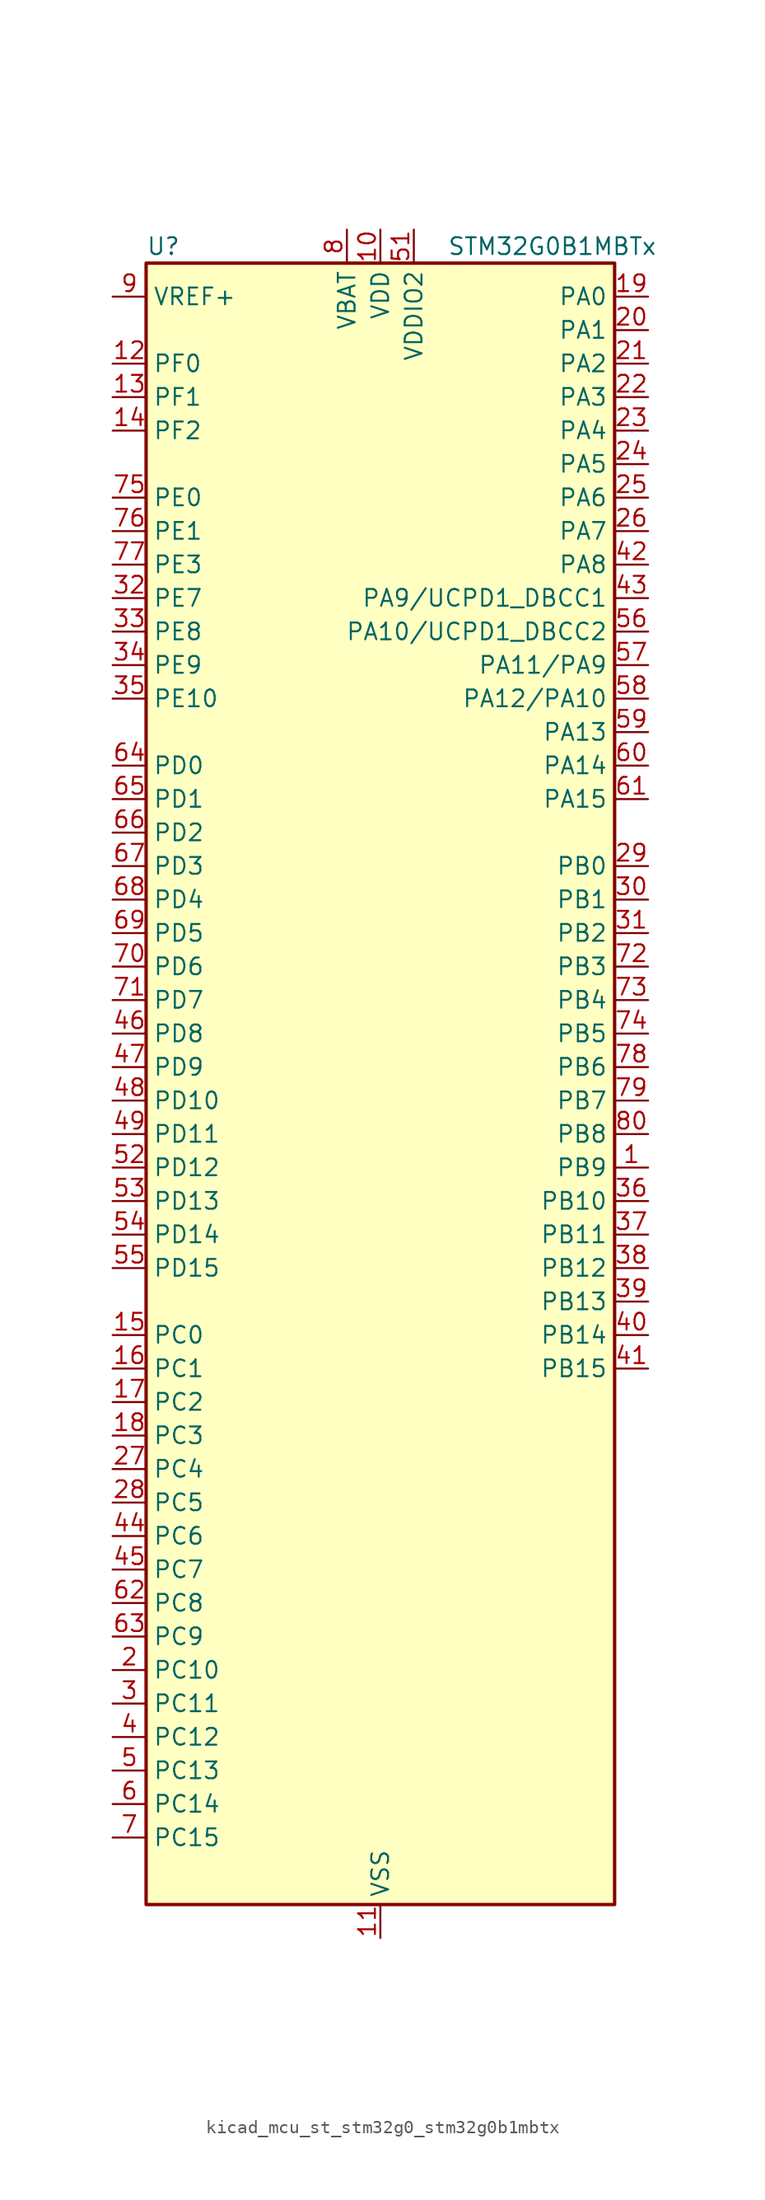
<source format=kicad_sym>
(kicad_symbol_lib
  (version 20220914)
  (generator kicad_symbol_editor)
  (symbol "kicad_mcu_st_stm32g0_stm32g0b1mbtx"
    (property "Reference" "U"
      (at -17.78 64.77 0)
      (effects (font (size 1.27 1.27)) (justify left)))
    (property "Value" "STM32G0B1MBTx"
      (at 5.08 64.77 0)
      (effects (font (size 1.27 1.27)) (justify left)))
    (property "ki_locked" ""
      (at 0 0 0)
      (effects (font (size 1.27 1.27))))
    (symbol "kicad_mcu_st_stm32g0_stm32g0b1mbtx_0_1"
      (rectangle (start -17.78 -60.96) (end 17.78 63.5) (stroke (width 0.254) (type default)) (fill (type background))))
    (symbol "kicad_mcu_st_stm32g0_stm32g0b1mbtx_1_1"
      (pin bidirectional line (at 20.32 -5.08 180) (length 2.54) (name "PB9" (effects (font (size 1.27 1.27)))) (number "1" (effects (font (size 1.27 1.27)))) (alternate "DAC1_EXTI9" bidirectional line) (alternate "FDCAN1_TX" bidirectional line) (alternate "I2C1_SDA" bidirectional line) (alternate "I2S2_WS" bidirectional line) (alternate "IR_OUT" bidirectional line) (alternate "SPI2_NSS" bidirectional line) (alternate "TIM17_CH1" bidirectional line) (alternate "TIM4_CH4" bidirectional line) (alternate "UCPD2_FRSTX1" bidirectional line) (alternate "UCPD2_FRSTX2" bidirectional line) (alternate "USART3_RX" bidirectional line) (alternate "USART6_RX" bidirectional line))
      (pin power_in line (at 0 66.04 270) (length 2.54) (name "VDD" (effects (font (size 1.27 1.27)))) (number "10" (effects (font (size 1.27 1.27)))))
      (pin power_in line (at 0 -63.5 90) (length 2.54) (name "VSS" (effects (font (size 1.27 1.27)))) (number "11" (effects (font (size 1.27 1.27)))))
      (pin bidirectional line (at -20.32 55.88 0) (length 2.54) (name "PF0" (effects (font (size 1.27 1.27)))) (number "12" (effects (font (size 1.27 1.27)))) (alternate "CRS1_SYNC" bidirectional line) (alternate "RCC_OSC_IN" bidirectional line) (alternate "TIM14_CH1" bidirectional line))
      (pin bidirectional line (at -20.32 53.34 0) (length 2.54) (name "PF1" (effects (font (size 1.27 1.27)))) (number "13" (effects (font (size 1.27 1.27)))) (alternate "RCC_OSC_EN" bidirectional line) (alternate "RCC_OSC_OUT" bidirectional line) (alternate "TIM15_CH1N" bidirectional line))
      (pin bidirectional line (at -20.32 50.8 0) (length 2.54) (name "PF2" (effects (font (size 1.27 1.27)))) (number "14" (effects (font (size 1.27 1.27)))) (alternate "LPUART2_DE" bidirectional line) (alternate "LPUART2_RTS" bidirectional line) (alternate "LPUART2_TX" bidirectional line) (alternate "RCC_MCO" bidirectional line))
      (pin bidirectional line (at -20.32 -17.78 0) (length 2.54) (name "PC0" (effects (font (size 1.27 1.27)))) (number "15" (effects (font (size 1.27 1.27)))) (alternate "COMP3_INM" bidirectional line) (alternate "COMP3_OUT" bidirectional line) (alternate "I2C3_SCL" bidirectional line) (alternate "LPTIM1_IN1" bidirectional line) (alternate "LPTIM2_IN1" bidirectional line) (alternate "LPUART1_RX" bidirectional line) (alternate "LPUART2_TX" bidirectional line) (alternate "USART6_TX" bidirectional line))
      (pin bidirectional line (at -20.32 -20.32 0) (length 2.54) (name "PC1" (effects (font (size 1.27 1.27)))) (number "16" (effects (font (size 1.27 1.27)))) (alternate "COMP3_INP" bidirectional line) (alternate "I2C3_SDA" bidirectional line) (alternate "LPTIM1_OUT" bidirectional line) (alternate "LPUART1_TX" bidirectional line) (alternate "LPUART2_RX" bidirectional line) (alternate "TIM15_CH1" bidirectional line) (alternate "USART6_RX" bidirectional line))
      (pin bidirectional line (at -20.32 -22.86 0) (length 2.54) (name "PC2" (effects (font (size 1.27 1.27)))) (number "17" (effects (font (size 1.27 1.27)))) (alternate "COMP3_OUT" bidirectional line) (alternate "FDCAN2_RX" bidirectional line) (alternate "I2S2_MCK" bidirectional line) (alternate "LPTIM1_IN2" bidirectional line) (alternate "SPI2_MISO" bidirectional line) (alternate "TIM15_CH2" bidirectional line))
      (pin bidirectional line (at -20.32 -25.4 0) (length 2.54) (name "PC3" (effects (font (size 1.27 1.27)))) (number "18" (effects (font (size 1.27 1.27)))) (alternate "FDCAN2_TX" bidirectional line) (alternate "I2S2_SD" bidirectional line) (alternate "LPTIM1_ETR" bidirectional line) (alternate "LPTIM2_ETR" bidirectional line) (alternate "SPI2_MOSI" bidirectional line))
      (pin bidirectional line (at 20.32 60.96 180) (length 2.54) (name "PA0" (effects (font (size 1.27 1.27)))) (number "19" (effects (font (size 1.27 1.27)))) (alternate "ADC1_IN0" bidirectional line) (alternate "COMP1_INM" bidirectional line) (alternate "COMP1_OUT" bidirectional line) (alternate "I2S2_CK" bidirectional line) (alternate "LPTIM1_OUT" bidirectional line) (alternate "RTC_TAMP_IN2" bidirectional line) (alternate "SPI2_SCK" bidirectional line) (alternate "SYS_WKUP1" bidirectional line) (alternate "TIM2_CH1" bidirectional line) (alternate "TIM2_ETR" bidirectional line) (alternate "UCPD2_FRSTX1" bidirectional line) (alternate "UCPD2_FRSTX2" bidirectional line) (alternate "USART2_CTS" bidirectional line) (alternate "USART2_NSS" bidirectional line) (alternate "USART4_TX" bidirectional line))
      (pin bidirectional line (at -20.32 -43.18 0) (length 2.54) (name "PC10" (effects (font (size 1.27 1.27)))) (number "2" (effects (font (size 1.27 1.27)))) (alternate "SPI3_SCK" bidirectional line) (alternate "TIM1_CH3" bidirectional line) (alternate "USART3_TX" bidirectional line) (alternate "USART4_TX" bidirectional line))
      (pin bidirectional line (at 20.32 58.42 180) (length 2.54) (name "PA1" (effects (font (size 1.27 1.27)))) (number "20" (effects (font (size 1.27 1.27)))) (alternate "ADC1_IN1" bidirectional line) (alternate "COMP1_INP" bidirectional line) (alternate "I2C1_SMBA" bidirectional line) (alternate "I2S1_CK" bidirectional line) (alternate "SPI1_SCK" bidirectional line) (alternate "TIM15_CH1N" bidirectional line) (alternate "TIM2_CH2" bidirectional line) (alternate "USART2_CK" bidirectional line) (alternate "USART2_DE" bidirectional line) (alternate "USART2_RTS" bidirectional line) (alternate "USART4_RX" bidirectional line))
      (pin bidirectional line (at 20.32 55.88 180) (length 2.54) (name "PA2" (effects (font (size 1.27 1.27)))) (number "21" (effects (font (size 1.27 1.27)))) (alternate "ADC1_IN2" bidirectional line) (alternate "COMP2_INM" bidirectional line) (alternate "COMP2_OUT" bidirectional line) (alternate "I2S1_SD" bidirectional line) (alternate "LPUART1_TX" bidirectional line) (alternate "RCC_LSCO" bidirectional line) (alternate "SPI1_MOSI" bidirectional line) (alternate "SYS_WKUP4" bidirectional line) (alternate "TIM15_CH1" bidirectional line) (alternate "TIM2_CH3" bidirectional line) (alternate "UCPD1_FRSTX1" bidirectional line) (alternate "UCPD1_FRSTX2" bidirectional line) (alternate "USART2_TX" bidirectional line))
      (pin bidirectional line (at 20.32 53.34 180) (length 2.54) (name "PA3" (effects (font (size 1.27 1.27)))) (number "22" (effects (font (size 1.27 1.27)))) (alternate "ADC1_IN3" bidirectional line) (alternate "COMP2_INP" bidirectional line) (alternate "I2S2_MCK" bidirectional line) (alternate "LPUART1_RX" bidirectional line) (alternate "SPI2_MISO" bidirectional line) (alternate "TIM15_CH2" bidirectional line) (alternate "TIM2_CH4" bidirectional line) (alternate "UCPD2_FRSTX1" bidirectional line) (alternate "UCPD2_FRSTX2" bidirectional line) (alternate "USART2_RX" bidirectional line))
      (pin bidirectional line (at 20.32 50.8 180) (length 2.54) (name "PA4" (effects (font (size 1.27 1.27)))) (number "23" (effects (font (size 1.27 1.27)))) (alternate "ADC1_IN4" bidirectional line) (alternate "DAC1_OUT1" bidirectional line) (alternate "I2S1_WS" bidirectional line) (alternate "I2S2_SD" bidirectional line) (alternate "LPTIM2_OUT" bidirectional line) (alternate "RTC_OUT2" bidirectional line) (alternate "SPI1_NSS" bidirectional line) (alternate "SPI2_MOSI" bidirectional line) (alternate "SPI3_NSS" bidirectional line) (alternate "TIM14_CH1" bidirectional line) (alternate "UCPD2_FRSTX1" bidirectional line) (alternate "UCPD2_FRSTX2" bidirectional line) (alternate "USART6_TX" bidirectional line) (alternate "USB_NOE" bidirectional line))
      (pin bidirectional line (at 20.32 48.26 180) (length 2.54) (name "PA5" (effects (font (size 1.27 1.27)))) (number "24" (effects (font (size 1.27 1.27)))) (alternate "ADC1_IN5" bidirectional line) (alternate "CEC" bidirectional line) (alternate "DAC1_OUT2" bidirectional line) (alternate "I2S1_CK" bidirectional line) (alternate "LPTIM2_ETR" bidirectional line) (alternate "SPI1_SCK" bidirectional line) (alternate "TIM2_CH1" bidirectional line) (alternate "TIM2_ETR" bidirectional line) (alternate "UCPD1_FRSTX1" bidirectional line) (alternate "UCPD1_FRSTX2" bidirectional line) (alternate "USART3_TX" bidirectional line) (alternate "USART6_RX" bidirectional line))
      (pin bidirectional line (at 20.32 45.72 180) (length 2.54) (name "PA6" (effects (font (size 1.27 1.27)))) (number "25" (effects (font (size 1.27 1.27)))) (alternate "ADC1_IN6" bidirectional line) (alternate "COMP1_OUT" bidirectional line) (alternate "I2C2_SDA" bidirectional line) (alternate "I2C3_SDA" bidirectional line) (alternate "I2S1_MCK" bidirectional line) (alternate "LPUART1_CTS" bidirectional line) (alternate "SPI1_MISO" bidirectional line) (alternate "TIM16_CH1" bidirectional line) (alternate "TIM1_BK" bidirectional line) (alternate "TIM3_CH1" bidirectional line) (alternate "USART3_CTS" bidirectional line) (alternate "USART3_NSS" bidirectional line) (alternate "USART6_CTS" bidirectional line) (alternate "USART6_NSS" bidirectional line))
      (pin bidirectional line (at 20.32 43.18 180) (length 2.54) (name "PA7" (effects (font (size 1.27 1.27)))) (number "26" (effects (font (size 1.27 1.27)))) (alternate "ADC1_IN7" bidirectional line) (alternate "COMP2_OUT" bidirectional line) (alternate "I2C2_SCL" bidirectional line) (alternate "I2C3_SCL" bidirectional line) (alternate "I2S1_SD" bidirectional line) (alternate "SPI1_MOSI" bidirectional line) (alternate "TIM14_CH1" bidirectional line) (alternate "TIM17_CH1" bidirectional line) (alternate "TIM1_CH1N" bidirectional line) (alternate "TIM3_CH2" bidirectional line) (alternate "UCPD1_FRSTX1" bidirectional line) (alternate "UCPD1_FRSTX2" bidirectional line) (alternate "USART6_CK" bidirectional line) (alternate "USART6_DE" bidirectional line) (alternate "USART6_RTS" bidirectional line))
      (pin bidirectional line (at -20.32 -27.94 0) (length 2.54) (name "PC4" (effects (font (size 1.27 1.27)))) (number "27" (effects (font (size 1.27 1.27)))) (alternate "ADC1_IN17" bidirectional line) (alternate "COMP1_INM" bidirectional line) (alternate "FDCAN1_RX" bidirectional line) (alternate "TIM2_CH1" bidirectional line) (alternate "TIM2_ETR" bidirectional line) (alternate "USART1_TX" bidirectional line) (alternate "USART3_TX" bidirectional line))
      (pin bidirectional line (at -20.32 -30.48 0) (length 2.54) (name "PC5" (effects (font (size 1.27 1.27)))) (number "28" (effects (font (size 1.27 1.27)))) (alternate "ADC1_IN18" bidirectional line) (alternate "COMP1_INP" bidirectional line) (alternate "FDCAN1_TX" bidirectional line) (alternate "SYS_WKUP5" bidirectional line) (alternate "TIM2_CH2" bidirectional line) (alternate "USART1_RX" bidirectional line) (alternate "USART3_RX" bidirectional line))
      (pin bidirectional line (at 20.32 17.78 180) (length 2.54) (name "PB0" (effects (font (size 1.27 1.27)))) (number "29" (effects (font (size 1.27 1.27)))) (alternate "ADC1_IN8" bidirectional line) (alternate "COMP1_OUT" bidirectional line) (alternate "COMP3_INP" bidirectional line) (alternate "FDCAN2_RX" bidirectional line) (alternate "I2S1_WS" bidirectional line) (alternate "LPTIM1_OUT" bidirectional line) (alternate "LPUART2_CTS" bidirectional line) (alternate "SPI1_NSS" bidirectional line) (alternate "TIM1_CH2N" bidirectional line) (alternate "TIM3_CH3" bidirectional line) (alternate "UCPD1_FRSTX1" bidirectional line) (alternate "UCPD1_FRSTX2" bidirectional line) (alternate "USART3_RX" bidirectional line) (alternate "USART5_TX" bidirectional line))
      (pin bidirectional line (at -20.32 -45.72 0) (length 2.54) (name "PC11" (effects (font (size 1.27 1.27)))) (number "3" (effects (font (size 1.27 1.27)))) (alternate "ADC1_EXTI11" bidirectional line) (alternate "SPI3_MISO" bidirectional line) (alternate "TIM1_CH4" bidirectional line) (alternate "USART3_RX" bidirectional line) (alternate "USART4_RX" bidirectional line))
      (pin bidirectional line (at 20.32 15.24 180) (length 2.54) (name "PB1" (effects (font (size 1.27 1.27)))) (number "30" (effects (font (size 1.27 1.27)))) (alternate "ADC1_IN9" bidirectional line) (alternate "COMP1_INM" bidirectional line) (alternate "COMP3_OUT" bidirectional line) (alternate "FDCAN2_TX" bidirectional line) (alternate "LPTIM2_IN1" bidirectional line) (alternate "LPUART1_DE" bidirectional line) (alternate "LPUART1_RTS" bidirectional line) (alternate "LPUART2_DE" bidirectional line) (alternate "LPUART2_RTS" bidirectional line) (alternate "TIM14_CH1" bidirectional line) (alternate "TIM1_CH3N" bidirectional line) (alternate "TIM3_CH4" bidirectional line) (alternate "USART3_CK" bidirectional line) (alternate "USART3_DE" bidirectional line) (alternate "USART3_RTS" bidirectional line) (alternate "USART5_RX" bidirectional line))
      (pin bidirectional line (at 20.32 12.7 180) (length 2.54) (name "PB2" (effects (font (size 1.27 1.27)))) (number "31" (effects (font (size 1.27 1.27)))) (alternate "ADC1_IN10" bidirectional line) (alternate "COMP1_INP" bidirectional line) (alternate "COMP3_INM" bidirectional line) (alternate "I2S2_MCK" bidirectional line) (alternate "LPTIM1_OUT" bidirectional line) (alternate "RCC_MCO_2" bidirectional line) (alternate "SPI2_MISO" bidirectional line) (alternate "USART3_TX" bidirectional line))
      (pin bidirectional line (at -20.32 38.1 0) (length 2.54) (name "PE7" (effects (font (size 1.27 1.27)))) (number "32" (effects (font (size 1.27 1.27)))) (alternate "COMP3_INP" bidirectional line) (alternate "TIM1_ETR" bidirectional line) (alternate "USART5_CK" bidirectional line) (alternate "USART5_DE" bidirectional line) (alternate "USART5_RTS" bidirectional line))
      (pin bidirectional line (at -20.32 35.56 0) (length 2.54) (name "PE8" (effects (font (size 1.27 1.27)))) (number "33" (effects (font (size 1.27 1.27)))) (alternate "COMP3_INM" bidirectional line) (alternate "TIM1_CH1N" bidirectional line) (alternate "USART4_TX" bidirectional line))
      (pin bidirectional line (at -20.32 33.02 0) (length 2.54) (name "PE9" (effects (font (size 1.27 1.27)))) (number "34" (effects (font (size 1.27 1.27)))) (alternate "DAC1_EXTI9" bidirectional line) (alternate "TIM1_CH1" bidirectional line) (alternate "USART4_RX" bidirectional line))
      (pin bidirectional line (at -20.32 30.48 0) (length 2.54) (name "PE10" (effects (font (size 1.27 1.27)))) (number "35" (effects (font (size 1.27 1.27)))) (alternate "TIM1_CH2N" bidirectional line) (alternate "USART5_TX" bidirectional line))
      (pin bidirectional line (at 20.32 -7.62 180) (length 2.54) (name "PB10" (effects (font (size 1.27 1.27)))) (number "36" (effects (font (size 1.27 1.27)))) (alternate "ADC1_IN11" bidirectional line) (alternate "CEC" bidirectional line) (alternate "COMP1_OUT" bidirectional line) (alternate "I2C2_SCL" bidirectional line) (alternate "I2S2_CK" bidirectional line) (alternate "LPUART1_RX" bidirectional line) (alternate "SPI2_SCK" bidirectional line) (alternate "TIM2_CH3" bidirectional line) (alternate "USART3_TX" bidirectional line))
      (pin bidirectional line (at 20.32 -10.16 180) (length 2.54) (name "PB11" (effects (font (size 1.27 1.27)))) (number "37" (effects (font (size 1.27 1.27)))) (alternate "ADC1_EXTI11" bidirectional line) (alternate "ADC1_IN15" bidirectional line) (alternate "COMP2_OUT" bidirectional line) (alternate "I2C2_SDA" bidirectional line) (alternate "I2S2_SD" bidirectional line) (alternate "LPUART1_TX" bidirectional line) (alternate "SPI2_MOSI" bidirectional line) (alternate "TIM2_CH4" bidirectional line) (alternate "USART3_RX" bidirectional line))
      (pin bidirectional line (at 20.32 -12.7 180) (length 2.54) (name "PB12" (effects (font (size 1.27 1.27)))) (number "38" (effects (font (size 1.27 1.27)))) (alternate "ADC1_IN16" bidirectional line) (alternate "FDCAN2_RX" bidirectional line) (alternate "I2C2_SMBA" bidirectional line) (alternate "I2S2_WS" bidirectional line) (alternate "LPUART1_DE" bidirectional line) (alternate "LPUART1_RTS" bidirectional line) (alternate "SPI2_NSS" bidirectional line) (alternate "TIM15_BK" bidirectional line) (alternate "TIM1_BK" bidirectional line) (alternate "UCPD2_FRSTX1" bidirectional line) (alternate "UCPD2_FRSTX2" bidirectional line))
      (pin bidirectional line (at 20.32 -15.24 180) (length 2.54) (name "PB13" (effects (font (size 1.27 1.27)))) (number "39" (effects (font (size 1.27 1.27)))) (alternate "FDCAN2_TX" bidirectional line) (alternate "I2C2_SCL" bidirectional line) (alternate "I2S2_CK" bidirectional line) (alternate "LPUART1_CTS" bidirectional line) (alternate "SPI2_SCK" bidirectional line) (alternate "TIM15_CH1N" bidirectional line) (alternate "TIM1_CH1N" bidirectional line) (alternate "USART3_CTS" bidirectional line) (alternate "USART3_NSS" bidirectional line))
      (pin bidirectional line (at -20.32 -48.26 0) (length 2.54) (name "PC12" (effects (font (size 1.27 1.27)))) (number "4" (effects (font (size 1.27 1.27)))) (alternate "LPTIM1_IN1" bidirectional line) (alternate "SPI3_MOSI" bidirectional line) (alternate "TIM14_CH1" bidirectional line) (alternate "UCPD1_FRSTX1" bidirectional line) (alternate "UCPD1_FRSTX2" bidirectional line) (alternate "USART5_TX" bidirectional line))
      (pin bidirectional line (at 20.32 -17.78 180) (length 2.54) (name "PB14" (effects (font (size 1.27 1.27)))) (number "40" (effects (font (size 1.27 1.27)))) (alternate "I2C2_SDA" bidirectional line) (alternate "I2S2_MCK" bidirectional line) (alternate "SPI2_MISO" bidirectional line) (alternate "TIM15_CH1" bidirectional line) (alternate "TIM1_CH2N" bidirectional line) (alternate "UCPD1_FRSTX1" bidirectional line) (alternate "UCPD1_FRSTX2" bidirectional line) (alternate "USART3_CK" bidirectional line) (alternate "USART3_DE" bidirectional line) (alternate "USART3_RTS" bidirectional line) (alternate "USART6_CK" bidirectional line) (alternate "USART6_DE" bidirectional line) (alternate "USART6_RTS" bidirectional line))
      (pin bidirectional line (at 20.32 -20.32 180) (length 2.54) (name "PB15" (effects (font (size 1.27 1.27)))) (number "41" (effects (font (size 1.27 1.27)))) (alternate "I2S2_SD" bidirectional line) (alternate "RTC_REFIN" bidirectional line) (alternate "SPI2_MOSI" bidirectional line) (alternate "TIM15_CH1N" bidirectional line) (alternate "TIM15_CH2" bidirectional line) (alternate "TIM1_CH3N" bidirectional line) (alternate "UCPD1_CC2" bidirectional line) (alternate "USART6_CTS" bidirectional line) (alternate "USART6_NSS" bidirectional line))
      (pin bidirectional line (at 20.32 40.64 180) (length 2.54) (name "PA8" (effects (font (size 1.27 1.27)))) (number "42" (effects (font (size 1.27 1.27)))) (alternate "CRS1_SYNC" bidirectional line) (alternate "I2C2_SMBA" bidirectional line) (alternate "I2S2_WS" bidirectional line) (alternate "LPTIM2_OUT" bidirectional line) (alternate "RCC_MCO" bidirectional line) (alternate "SPI2_NSS" bidirectional line) (alternate "TIM1_CH1" bidirectional line) (alternate "UCPD1_CC1" bidirectional line))
      (pin bidirectional line (at 20.32 38.1 180) (length 2.54) (name "PA9/UCPD1_DBCC1" (effects (font (size 1.27 1.27)))) (number "43" (effects (font (size 1.27 1.27)))) (alternate "DAC1_EXTI9" bidirectional line) (alternate "I2C1_SCL" bidirectional line) (alternate "I2C2_SCL" bidirectional line) (alternate "I2S2_MCK" bidirectional line) (alternate "RCC_MCO" bidirectional line) (alternate "SPI2_MISO" bidirectional line) (alternate "TIM15_BK" bidirectional line) (alternate "TIM1_CH2" bidirectional line) (alternate "UCPD1_DBCC1" bidirectional line) (alternate "USART1_TX" bidirectional line))
      (pin bidirectional line (at -20.32 -33.02 0) (length 2.54) (name "PC6" (effects (font (size 1.27 1.27)))) (number "44" (effects (font (size 1.27 1.27)))) (alternate "LPUART2_TX" bidirectional line) (alternate "TIM2_CH3" bidirectional line) (alternate "TIM3_CH1" bidirectional line) (alternate "UCPD1_FRSTX1" bidirectional line) (alternate "UCPD1_FRSTX2" bidirectional line))
      (pin bidirectional line (at -20.32 -35.56 0) (length 2.54) (name "PC7" (effects (font (size 1.27 1.27)))) (number "45" (effects (font (size 1.27 1.27)))) (alternate "LPUART2_RX" bidirectional line) (alternate "TIM2_CH4" bidirectional line) (alternate "TIM3_CH2" bidirectional line) (alternate "UCPD2_FRSTX1" bidirectional line) (alternate "UCPD2_FRSTX2" bidirectional line))
      (pin bidirectional line (at -20.32 5.08 0) (length 2.54) (name "PD8" (effects (font (size 1.27 1.27)))) (number "46" (effects (font (size 1.27 1.27)))) (alternate "I2S1_CK" bidirectional line) (alternate "LPTIM1_OUT" bidirectional line) (alternate "SPI1_SCK" bidirectional line) (alternate "USART3_TX" bidirectional line))
      (pin bidirectional line (at -20.32 2.54 0) (length 2.54) (name "PD9" (effects (font (size 1.27 1.27)))) (number "47" (effects (font (size 1.27 1.27)))) (alternate "DAC1_EXTI9" bidirectional line) (alternate "I2S1_WS" bidirectional line) (alternate "SPI1_NSS" bidirectional line) (alternate "TIM1_BK2" bidirectional line) (alternate "USART3_RX" bidirectional line))
      (pin bidirectional line (at -20.32 0 0) (length 2.54) (name "PD10" (effects (font (size 1.27 1.27)))) (number "48" (effects (font (size 1.27 1.27)))) (alternate "RCC_MCO" bidirectional line))
      (pin bidirectional line (at -20.32 -2.54 0) (length 2.54) (name "PD11" (effects (font (size 1.27 1.27)))) (number "49" (effects (font (size 1.27 1.27)))) (alternate "ADC1_EXTI11" bidirectional line) (alternate "LPTIM2_ETR" bidirectional line) (alternate "USART3_CTS" bidirectional line) (alternate "USART3_NSS" bidirectional line))
      (pin bidirectional line (at -20.32 -50.8 0) (length 2.54) (name "PC13" (effects (font (size 1.27 1.27)))) (number "5" (effects (font (size 1.27 1.27)))) (alternate "RTC_OUT1" bidirectional line) (alternate "RTC_TAMP_IN1" bidirectional line) (alternate "RTC_TS" bidirectional line) (alternate "SYS_WKUP2" bidirectional line) (alternate "TIM1_BK" bidirectional line))
      (pin passive line (at 0 -63.5 90) (length 2.54) hide (name "VSS" (effects (font (size 1.27 1.27)))) (number "50" (effects (font (size 1.27 1.27)))))
      (pin power_in line (at 2.54 66.04 270) (length 2.54) (name "VDDIO2" (effects (font (size 1.27 1.27)))) (number "51" (effects (font (size 1.27 1.27)))))
      (pin bidirectional line (at -20.32 -5.08 0) (length 2.54) (name "PD12" (effects (font (size 1.27 1.27)))) (number "52" (effects (font (size 1.27 1.27)))) (alternate "FDCAN1_RX" bidirectional line) (alternate "LPTIM2_IN1" bidirectional line) (alternate "TIM4_CH1" bidirectional line) (alternate "USART3_CK" bidirectional line) (alternate "USART3_DE" bidirectional line) (alternate "USART3_RTS" bidirectional line))
      (pin bidirectional line (at -20.32 -7.62 0) (length 2.54) (name "PD13" (effects (font (size 1.27 1.27)))) (number "53" (effects (font (size 1.27 1.27)))) (alternate "FDCAN1_TX" bidirectional line) (alternate "LPTIM2_OUT" bidirectional line) (alternate "TIM4_CH2" bidirectional line))
      (pin bidirectional line (at -20.32 -10.16 0) (length 2.54) (name "PD14" (effects (font (size 1.27 1.27)))) (number "54" (effects (font (size 1.27 1.27)))) (alternate "FDCAN2_RX" bidirectional line) (alternate "LPUART2_CTS" bidirectional line) (alternate "TIM4_CH3" bidirectional line))
      (pin bidirectional line (at -20.32 -12.7 0) (length 2.54) (name "PD15" (effects (font (size 1.27 1.27)))) (number "55" (effects (font (size 1.27 1.27)))) (alternate "CRS1_SYNC" bidirectional line) (alternate "FDCAN2_TX" bidirectional line) (alternate "LPUART2_DE" bidirectional line) (alternate "LPUART2_RTS" bidirectional line) (alternate "TIM4_CH4" bidirectional line))
      (pin bidirectional line (at 20.32 35.56 180) (length 2.54) (name "PA10/UCPD1_DBCC2" (effects (font (size 1.27 1.27)))) (number "56" (effects (font (size 1.27 1.27)))) (alternate "I2C1_SDA" bidirectional line) (alternate "I2C2_SDA" bidirectional line) (alternate "I2S2_SD" bidirectional line) (alternate "RCC_MCO_2" bidirectional line) (alternate "SPI2_MOSI" bidirectional line) (alternate "TIM17_BK" bidirectional line) (alternate "TIM1_CH3" bidirectional line) (alternate "UCPD1_DBCC2" bidirectional line) (alternate "USART1_RX" bidirectional line))
      (pin bidirectional line (at 20.32 33.02 180) (length 2.54) (name "PA11/PA9" (effects (font (size 1.27 1.27)))) (number "57" (effects (font (size 1.27 1.27)))) (alternate "ADC1_EXTI11" bidirectional line) (alternate "COMP1_OUT" bidirectional line) (alternate "FDCAN1_RX" bidirectional line) (alternate "I2C2_SCL" bidirectional line) (alternate "I2S1_MCK" bidirectional line) (alternate "SPI1_MISO" bidirectional line) (alternate "TIM1_BK2" bidirectional line) (alternate "TIM1_CH4" bidirectional line) (alternate "USART1_CTS" bidirectional line) (alternate "USART1_NSS" bidirectional line) (alternate "USB_DM" bidirectional line))
      (pin bidirectional line (at 20.32 30.48 180) (length 2.54) (name "PA12/PA10" (effects (font (size 1.27 1.27)))) (number "58" (effects (font (size 1.27 1.27)))) (alternate "COMP2_OUT" bidirectional line) (alternate "FDCAN1_TX" bidirectional line) (alternate "I2C2_SDA" bidirectional line) (alternate "I2S1_SD" bidirectional line) (alternate "I2S_CKIN" bidirectional line) (alternate "SPI1_MOSI" bidirectional line) (alternate "TIM1_ETR" bidirectional line) (alternate "USART1_CK" bidirectional line) (alternate "USART1_DE" bidirectional line) (alternate "USART1_RTS" bidirectional line) (alternate "USB_DP" bidirectional line))
      (pin bidirectional line (at 20.32 27.94 180) (length 2.54) (name "PA13" (effects (font (size 1.27 1.27)))) (number "59" (effects (font (size 1.27 1.27)))) (alternate "IR_OUT" bidirectional line) (alternate "LPUART2_RX" bidirectional line) (alternate "SYS_SWDIO" bidirectional line) (alternate "USB_NOE" bidirectional line))
      (pin bidirectional line (at -20.32 -53.34 0) (length 2.54) (name "PC14" (effects (font (size 1.27 1.27)))) (number "6" (effects (font (size 1.27 1.27)))) (alternate "RCC_OSC32_IN" bidirectional line) (alternate "TIM1_BK2" bidirectional line))
      (pin bidirectional line (at 20.32 25.4 180) (length 2.54) (name "PA14" (effects (font (size 1.27 1.27)))) (number "60" (effects (font (size 1.27 1.27)))) (alternate "LPUART2_TX" bidirectional line) (alternate "SYS_SWCLK" bidirectional line) (alternate "USART2_TX" bidirectional line))
      (pin bidirectional line (at 20.32 22.86 180) (length 2.54) (name "PA15" (effects (font (size 1.27 1.27)))) (number "61" (effects (font (size 1.27 1.27)))) (alternate "I2C2_SMBA" bidirectional line) (alternate "I2S1_WS" bidirectional line) (alternate "RCC_MCO_2" bidirectional line) (alternate "SPI1_NSS" bidirectional line) (alternate "SPI3_NSS" bidirectional line) (alternate "TIM2_CH1" bidirectional line) (alternate "TIM2_ETR" bidirectional line) (alternate "USART2_RX" bidirectional line) (alternate "USART3_CK" bidirectional line) (alternate "USART3_DE" bidirectional line) (alternate "USART3_RTS" bidirectional line) (alternate "USART4_CK" bidirectional line) (alternate "USART4_DE" bidirectional line) (alternate "USART4_RTS" bidirectional line) (alternate "USB_NOE" bidirectional line))
      (pin bidirectional line (at -20.32 -38.1 0) (length 2.54) (name "PC8" (effects (font (size 1.27 1.27)))) (number "62" (effects (font (size 1.27 1.27)))) (alternate "LPUART2_CTS" bidirectional line) (alternate "TIM1_CH1" bidirectional line) (alternate "TIM3_CH3" bidirectional line) (alternate "UCPD2_FRSTX1" bidirectional line) (alternate "UCPD2_FRSTX2" bidirectional line))
      (pin bidirectional line (at -20.32 -40.64 0) (length 2.54) (name "PC9" (effects (font (size 1.27 1.27)))) (number "63" (effects (font (size 1.27 1.27)))) (alternate "DAC1_EXTI9" bidirectional line) (alternate "I2S_CKIN" bidirectional line) (alternate "LPUART2_DE" bidirectional line) (alternate "LPUART2_RTS" bidirectional line) (alternate "TIM1_CH2" bidirectional line) (alternate "TIM3_CH4" bidirectional line) (alternate "USB_NOE" bidirectional line))
      (pin bidirectional line (at -20.32 25.4 0) (length 2.54) (name "PD0" (effects (font (size 1.27 1.27)))) (number "64" (effects (font (size 1.27 1.27)))) (alternate "FDCAN1_RX" bidirectional line) (alternate "I2S2_WS" bidirectional line) (alternate "SPI2_NSS" bidirectional line) (alternate "TIM16_CH1" bidirectional line) (alternate "UCPD2_CC1" bidirectional line))
      (pin bidirectional line (at -20.32 22.86 0) (length 2.54) (name "PD1" (effects (font (size 1.27 1.27)))) (number "65" (effects (font (size 1.27 1.27)))) (alternate "FDCAN1_TX" bidirectional line) (alternate "I2S2_CK" bidirectional line) (alternate "SPI2_SCK" bidirectional line) (alternate "TIM17_CH1" bidirectional line) (alternate "UCPD2_DBCC1" bidirectional line))
      (pin bidirectional line (at -20.32 20.32 0) (length 2.54) (name "PD2" (effects (font (size 1.27 1.27)))) (number "66" (effects (font (size 1.27 1.27)))) (alternate "TIM1_CH1N" bidirectional line) (alternate "TIM3_ETR" bidirectional line) (alternate "UCPD2_CC2" bidirectional line) (alternate "USART3_CK" bidirectional line) (alternate "USART3_DE" bidirectional line) (alternate "USART3_RTS" bidirectional line) (alternate "USART5_RX" bidirectional line))
      (pin bidirectional line (at -20.32 17.78 0) (length 2.54) (name "PD3" (effects (font (size 1.27 1.27)))) (number "67" (effects (font (size 1.27 1.27)))) (alternate "I2S2_MCK" bidirectional line) (alternate "SPI2_MISO" bidirectional line) (alternate "TIM1_CH2N" bidirectional line) (alternate "UCPD2_DBCC2" bidirectional line) (alternate "USART2_CTS" bidirectional line) (alternate "USART2_NSS" bidirectional line) (alternate "USART5_TX" bidirectional line))
      (pin bidirectional line (at -20.32 15.24 0) (length 2.54) (name "PD4" (effects (font (size 1.27 1.27)))) (number "68" (effects (font (size 1.27 1.27)))) (alternate "I2S2_SD" bidirectional line) (alternate "SPI2_MOSI" bidirectional line) (alternate "TIM1_CH3N" bidirectional line) (alternate "USART2_CK" bidirectional line) (alternate "USART2_DE" bidirectional line) (alternate "USART2_RTS" bidirectional line) (alternate "USART5_CK" bidirectional line) (alternate "USART5_DE" bidirectional line) (alternate "USART5_RTS" bidirectional line))
      (pin bidirectional line (at -20.32 12.7 0) (length 2.54) (name "PD5" (effects (font (size 1.27 1.27)))) (number "69" (effects (font (size 1.27 1.27)))) (alternate "I2S1_MCK" bidirectional line) (alternate "SPI1_MISO" bidirectional line) (alternate "TIM1_BK" bidirectional line) (alternate "USART2_TX" bidirectional line) (alternate "USART5_CTS" bidirectional line) (alternate "USART5_NSS" bidirectional line))
      (pin bidirectional line (at -20.32 -55.88 0) (length 2.54) (name "PC15" (effects (font (size 1.27 1.27)))) (number "7" (effects (font (size 1.27 1.27)))) (alternate "RCC_OSC32_EN" bidirectional line) (alternate "RCC_OSC32_OUT" bidirectional line) (alternate "RCC_OSC_EN" bidirectional line) (alternate "TIM15_BK" bidirectional line))
      (pin bidirectional line (at -20.32 10.16 0) (length 2.54) (name "PD6" (effects (font (size 1.27 1.27)))) (number "70" (effects (font (size 1.27 1.27)))) (alternate "I2S1_SD" bidirectional line) (alternate "LPTIM2_OUT" bidirectional line) (alternate "SPI1_MOSI" bidirectional line) (alternate "USART2_RX" bidirectional line))
      (pin bidirectional line (at -20.32 7.62 0) (length 2.54) (name "PD7" (effects (font (size 1.27 1.27)))) (number "71" (effects (font (size 1.27 1.27)))) (alternate "RCC_MCO_2" bidirectional line))
      (pin bidirectional line (at 20.32 10.16 180) (length 2.54) (name "PB3" (effects (font (size 1.27 1.27)))) (number "72" (effects (font (size 1.27 1.27)))) (alternate "COMP2_INM" bidirectional line) (alternate "I2C2_SCL" bidirectional line) (alternate "I2C3_SCL" bidirectional line) (alternate "I2S1_CK" bidirectional line) (alternate "SPI1_SCK" bidirectional line) (alternate "SPI3_SCK" bidirectional line) (alternate "TIM1_CH2" bidirectional line) (alternate "TIM2_CH2" bidirectional line) (alternate "USART1_CK" bidirectional line) (alternate "USART1_DE" bidirectional line) (alternate "USART1_RTS" bidirectional line) (alternate "USART5_TX" bidirectional line))
      (pin bidirectional line (at 20.32 7.62 180) (length 2.54) (name "PB4" (effects (font (size 1.27 1.27)))) (number "73" (effects (font (size 1.27 1.27)))) (alternate "COMP2_INP" bidirectional line) (alternate "I2C2_SDA" bidirectional line) (alternate "I2C3_SDA" bidirectional line) (alternate "I2S1_MCK" bidirectional line) (alternate "SPI1_MISO" bidirectional line) (alternate "SPI3_MISO" bidirectional line) (alternate "TIM17_BK" bidirectional line) (alternate "TIM3_CH1" bidirectional line) (alternate "USART1_CTS" bidirectional line) (alternate "USART1_NSS" bidirectional line) (alternate "USART5_RX" bidirectional line))
      (pin bidirectional line (at 20.32 5.08 180) (length 2.54) (name "PB5" (effects (font (size 1.27 1.27)))) (number "74" (effects (font (size 1.27 1.27)))) (alternate "COMP2_OUT" bidirectional line) (alternate "FDCAN2_RX" bidirectional line) (alternate "I2C1_SMBA" bidirectional line) (alternate "I2S1_SD" bidirectional line) (alternate "LPTIM1_IN1" bidirectional line) (alternate "SPI1_MOSI" bidirectional line) (alternate "SPI3_MOSI" bidirectional line) (alternate "SYS_WKUP6" bidirectional line) (alternate "TIM16_BK" bidirectional line) (alternate "TIM3_CH2" bidirectional line) (alternate "USART5_CK" bidirectional line) (alternate "USART5_DE" bidirectional line) (alternate "USART5_RTS" bidirectional line))
      (pin bidirectional line (at -20.32 45.72 0) (length 2.54) (name "PE0" (effects (font (size 1.27 1.27)))) (number "75" (effects (font (size 1.27 1.27)))) (alternate "TIM16_CH1" bidirectional line) (alternate "TIM4_ETR" bidirectional line))
      (pin bidirectional line (at -20.32 43.18 0) (length 2.54) (name "PE1" (effects (font (size 1.27 1.27)))) (number "76" (effects (font (size 1.27 1.27)))) (alternate "TIM17_CH1" bidirectional line))
      (pin bidirectional line (at -20.32 40.64 0) (length 2.54) (name "PE3" (effects (font (size 1.27 1.27)))) (number "77" (effects (font (size 1.27 1.27)))) (alternate "TIM3_CH1" bidirectional line))
      (pin bidirectional line (at 20.32 2.54 180) (length 2.54) (name "PB6" (effects (font (size 1.27 1.27)))) (number "78" (effects (font (size 1.27 1.27)))) (alternate "COMP2_INP" bidirectional line) (alternate "FDCAN2_TX" bidirectional line) (alternate "I2C1_SCL" bidirectional line) (alternate "I2S2_MCK" bidirectional line) (alternate "LPTIM1_ETR" bidirectional line) (alternate "LPUART2_TX" bidirectional line) (alternate "SPI2_MISO" bidirectional line) (alternate "TIM16_CH1N" bidirectional line) (alternate "TIM1_CH3" bidirectional line) (alternate "TIM4_CH1" bidirectional line) (alternate "USART1_TX" bidirectional line) (alternate "USART5_CTS" bidirectional line) (alternate "USART5_NSS" bidirectional line))
      (pin bidirectional line (at 20.32 0 180) (length 2.54) (name "PB7" (effects (font (size 1.27 1.27)))) (number "79" (effects (font (size 1.27 1.27)))) (alternate "COMP2_INM" bidirectional line) (alternate "I2C1_SDA" bidirectional line) (alternate "I2S2_SD" bidirectional line) (alternate "LPTIM1_IN2" bidirectional line) (alternate "LPUART2_RX" bidirectional line) (alternate "SPI2_MOSI" bidirectional line) (alternate "SYS_PVD_IN" bidirectional line) (alternate "TIM17_CH1N" bidirectional line) (alternate "TIM4_CH2" bidirectional line) (alternate "USART1_RX" bidirectional line) (alternate "USART4_CTS" bidirectional line) (alternate "USART4_NSS" bidirectional line))
      (pin power_in line (at -2.54 66.04 270) (length 2.54) (name "VBAT" (effects (font (size 1.27 1.27)))) (number "8" (effects (font (size 1.27 1.27)))))
      (pin bidirectional line (at 20.32 -2.54 180) (length 2.54) (name "PB8" (effects (font (size 1.27 1.27)))) (number "80" (effects (font (size 1.27 1.27)))) (alternate "CEC" bidirectional line) (alternate "FDCAN1_RX" bidirectional line) (alternate "I2C1_SCL" bidirectional line) (alternate "I2S2_CK" bidirectional line) (alternate "SPI2_SCK" bidirectional line) (alternate "TIM15_BK" bidirectional line) (alternate "TIM16_CH1" bidirectional line) (alternate "TIM4_CH3" bidirectional line) (alternate "USART3_TX" bidirectional line) (alternate "USART6_TX" bidirectional line))
      (pin input line (at -20.32 60.96 0) (length 2.54) (name "VREF+" (effects (font (size 1.27 1.27)))) (number "9" (effects (font (size 1.27 1.27)))) (alternate "VREFBUF_OUT" bidirectional line)))))
</source>
